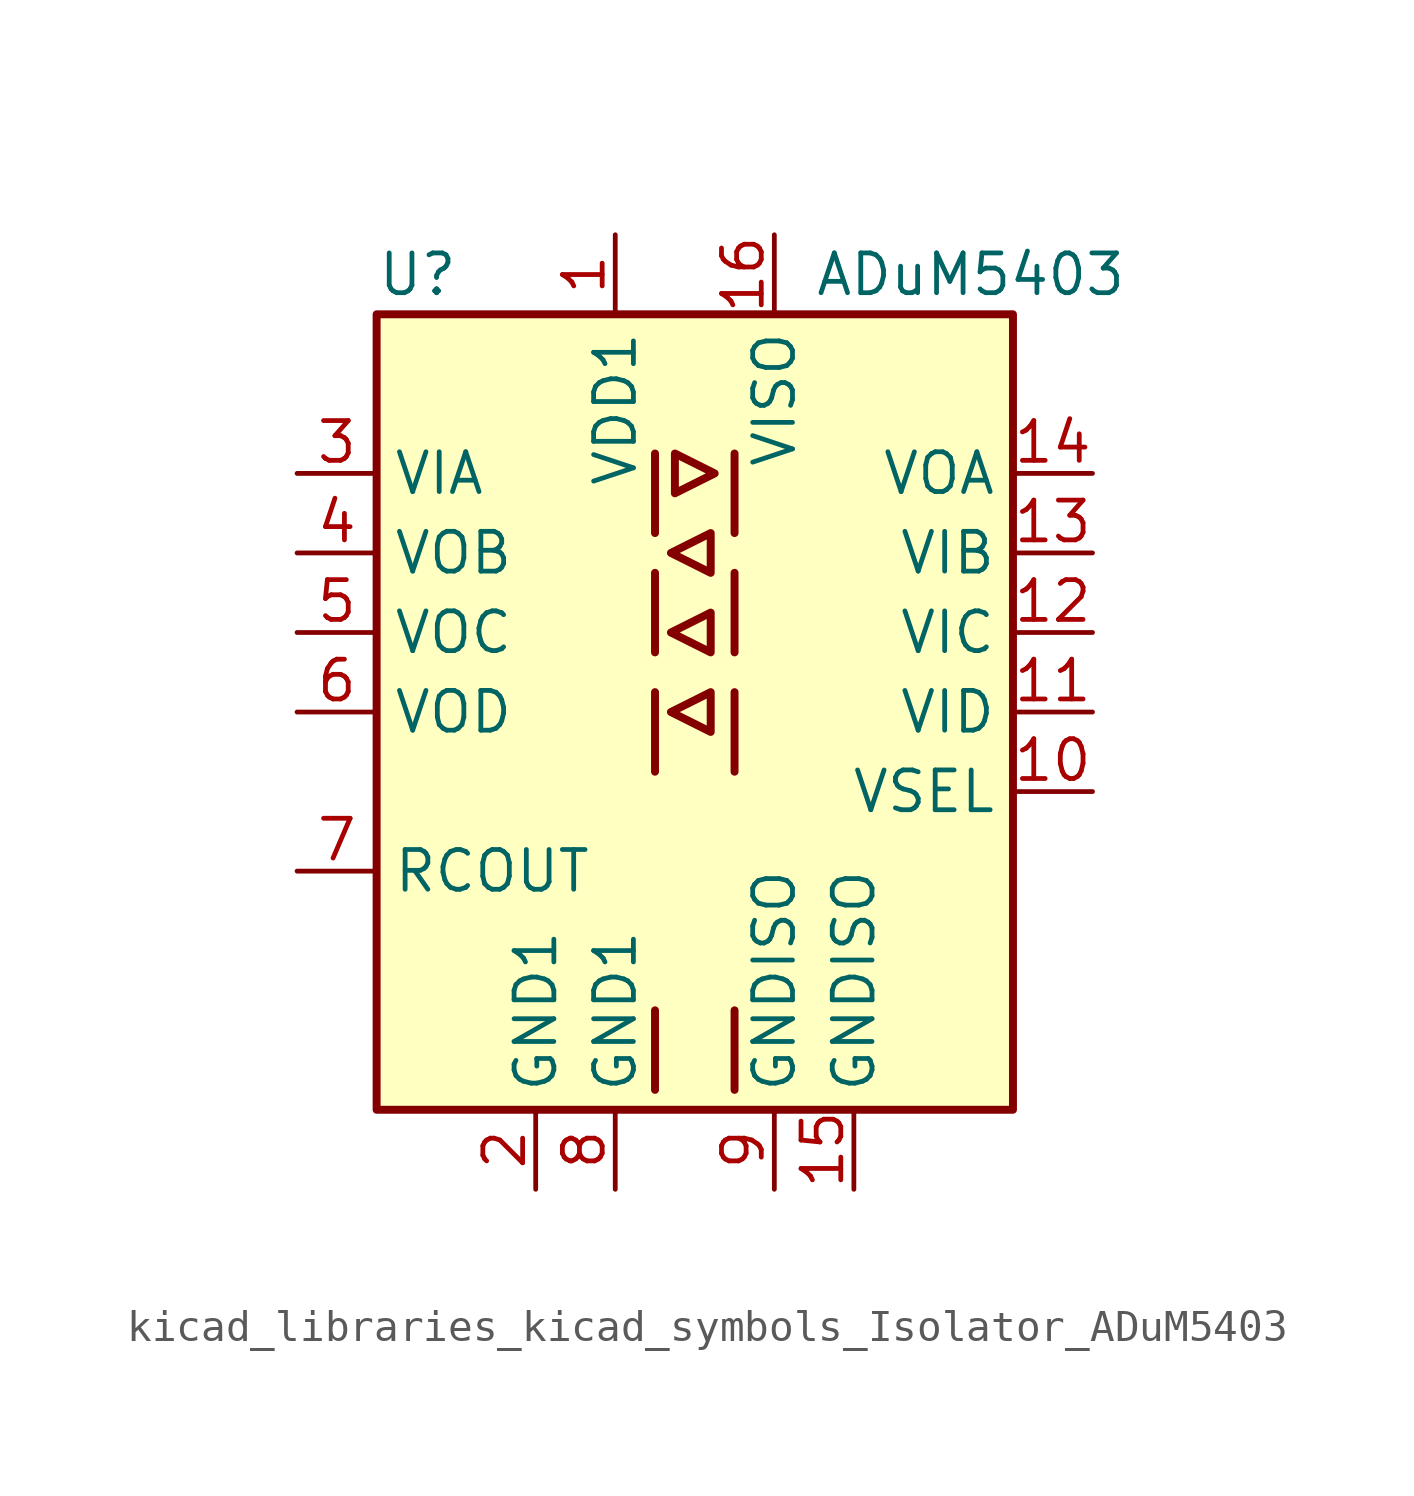
<source format=kicad_sym>
(kicad_symbol_lib
  (version 20220914)
  (generator kicad_symbol_editor)
  (symbol "kicad_libraries_kicad_symbols_Isolator_ADuM5403"
    (property "Reference" "U"
      (at -10.16 13.97 0)
      (effects (font (size 1.27 1.27)) (justify left)))
    (property "Value" "ADuM5403"
      (at 3.81 13.97 0)
      (effects (font (size 1.27 1.27)) (justify left)))
    (symbol "kicad_libraries_kicad_symbols_Isolator_ADuM5403_0_1"
      (rectangle (start -10.16 12.7) (end 10.16 -12.7) (stroke (width 0.254) (type default)) (fill (type background)))
      (polyline (pts (xy -1.27 -9.525) (xy -1.27 -12.065)) (stroke (width 0.254) (type default)) (fill (type none)))
      (polyline (pts (xy -1.27 0.635) (xy -1.27 -1.905)) (stroke (width 0.254) (type default)) (fill (type none)))
      (polyline (pts (xy -1.27 4.445) (xy -1.27 1.905)) (stroke (width 0.254) (type default)) (fill (type none)))
      (polyline (pts (xy -1.27 8.255) (xy -1.27 5.715)) (stroke (width 0.254) (type default)) (fill (type none)))
      (polyline (pts (xy 1.27 -9.525) (xy 1.27 -12.065)) (stroke (width 0.254) (type default)) (fill (type none)))
      (polyline (pts (xy 1.27 0.635) (xy 1.27 -1.905)) (stroke (width 0.254) (type default)) (fill (type none)))
      (polyline (pts (xy 1.27 4.445) (xy 1.27 1.905)) (stroke (width 0.254) (type default)) (fill (type none)))
      (polyline (pts (xy 1.27 8.255) (xy 1.27 5.715)) (stroke (width 0.254) (type default)) (fill (type none)))
      (polyline (pts (xy -0.635 6.985) (xy 0.635 7.62) (xy -0.635 8.255) (xy -0.635 6.985)) (stroke (width 0.254) (type default)) (fill (type none)))
      (polyline (pts (xy 0.508 0.635) (xy 0.508 -0.635) (xy -0.762 0) (xy 0.508 0.635)) (stroke (width 0.254) (type default)) (fill (type none)))
      (polyline (pts (xy 0.508 1.905) (xy -0.762 2.54) (xy 0.508 3.175) (xy 0.508 1.905)) (stroke (width 0.254) (type default)) (fill (type none)))
      (polyline (pts (xy 0.508 5.715) (xy 0.508 4.445) (xy -0.762 5.08) (xy 0.508 5.715)) (stroke (width 0.254) (type default)) (fill (type none))))
    (symbol "kicad_libraries_kicad_symbols_Isolator_ADuM5403_1_1"
      (pin power_in line (at -2.54 15.24 270) (length 2.54) (name "VDD1" (effects (font (size 1.27 1.27)))) (number "1" (effects (font (size 1.27 1.27)))))
      (pin input line (at 12.7 -2.54 180) (length 2.54) (name "VSEL" (effects (font (size 1.27 1.27)))) (number "10" (effects (font (size 1.27 1.27)))))
      (pin input line (at 12.7 0 180) (length 2.54) (name "VID" (effects (font (size 1.27 1.27)))) (number "11" (effects (font (size 1.27 1.27)))))
      (pin input line (at 12.7 2.54 180) (length 2.54) (name "VIC" (effects (font (size 1.27 1.27)))) (number "12" (effects (font (size 1.27 1.27)))))
      (pin input line (at 12.7 5.08 180) (length 2.54) (name "VIB" (effects (font (size 1.27 1.27)))) (number "13" (effects (font (size 1.27 1.27)))))
      (pin output line (at 12.7 7.62 180) (length 2.54) (name "VOA" (effects (font (size 1.27 1.27)))) (number "14" (effects (font (size 1.27 1.27)))))
      (pin power_in line (at 5.08 -15.24 90) (length 2.54) (name "GNDISO" (effects (font (size 1.27 1.27)))) (number "15" (effects (font (size 1.27 1.27)))))
      (pin power_in line (at 2.54 15.24 270) (length 2.54) (name "VISO" (effects (font (size 1.27 1.27)))) (number "16" (effects (font (size 1.27 1.27)))))
      (pin power_in line (at -5.08 -15.24 90) (length 2.54) (name "GND1" (effects (font (size 1.27 1.27)))) (number "2" (effects (font (size 1.27 1.27)))))
      (pin input line (at -12.7 7.62 0) (length 2.54) (name "VIA" (effects (font (size 1.27 1.27)))) (number "3" (effects (font (size 1.27 1.27)))))
      (pin output line (at -12.7 5.08 0) (length 2.54) (name "VOB" (effects (font (size 1.27 1.27)))) (number "4" (effects (font (size 1.27 1.27)))))
      (pin output line (at -12.7 2.54 0) (length 2.54) (name "VOC" (effects (font (size 1.27 1.27)))) (number "5" (effects (font (size 1.27 1.27)))))
      (pin output line (at -12.7 0 0) (length 2.54) (name "VOD" (effects (font (size 1.27 1.27)))) (number "6" (effects (font (size 1.27 1.27)))))
      (pin output line (at -12.7 -5.08 0) (length 2.54) (name "RCOUT" (effects (font (size 1.27 1.27)))) (number "7" (effects (font (size 1.27 1.27)))))
      (pin power_in line (at -2.54 -15.24 90) (length 2.54) (name "GND1" (effects (font (size 1.27 1.27)))) (number "8" (effects (font (size 1.27 1.27)))))
      (pin power_in line (at 2.54 -15.24 90) (length 2.54) (name "GNDISO" (effects (font (size 1.27 1.27)))) (number "9" (effects (font (size 1.27 1.27))))))))
</source>
